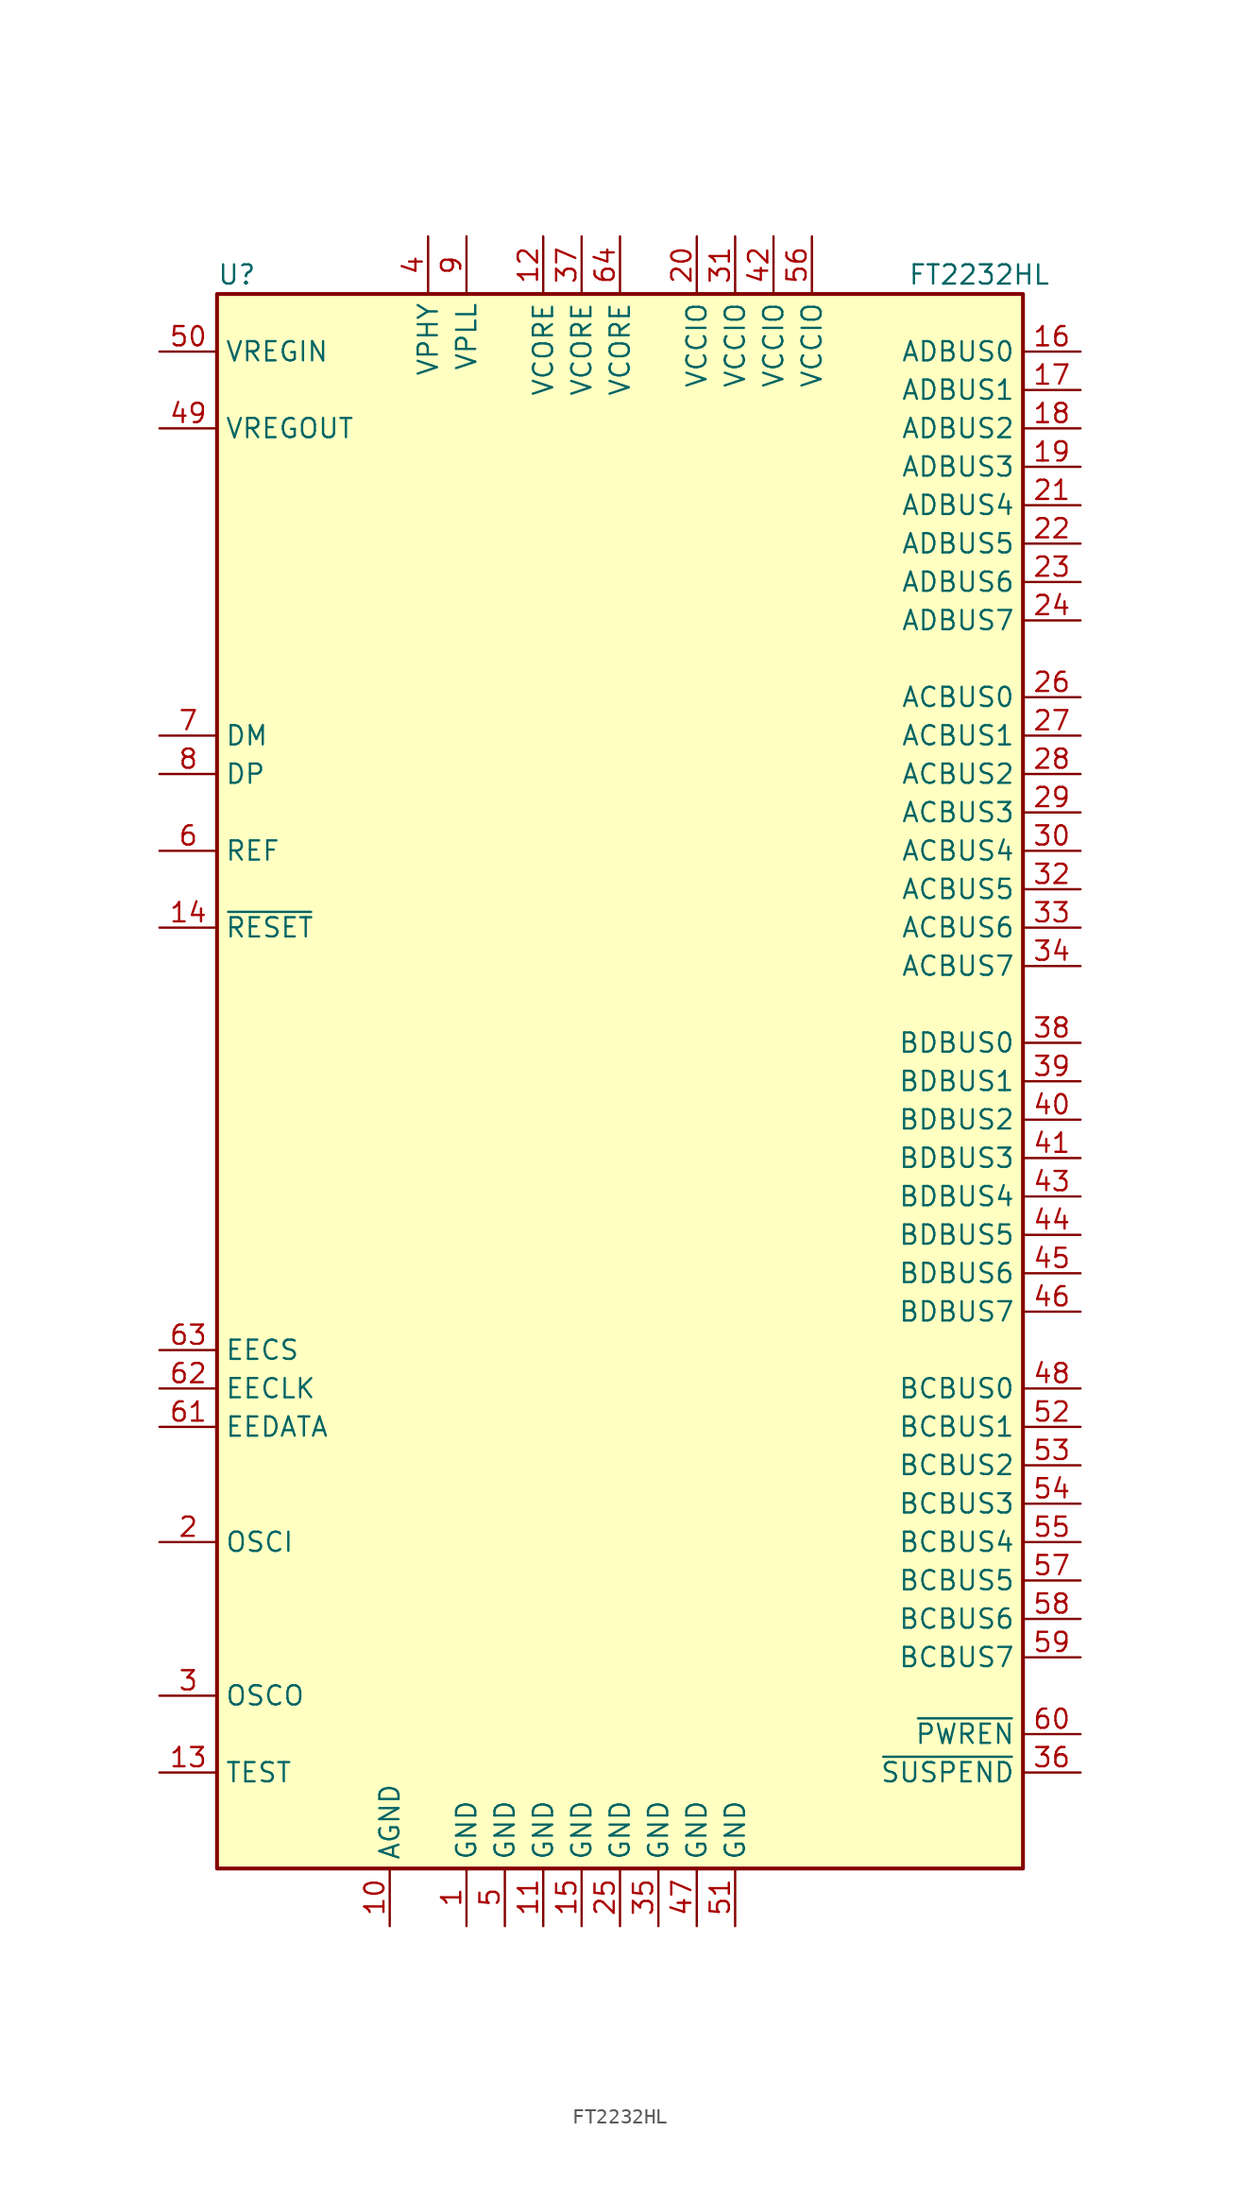
<source format=kicad_sym>
(kicad_symbol_lib
  (version 20241209)
  (generator "kicad_symbol_editor")
  (generator_version "9.0")
  (symbol "FT2232HL"
    (property "Reference" "U"
      (at -26.67 53.34 0)
      (effects (font (size 1.27 1.27)) (justify left)))
    (property "Value" "FT2232HL"
      (at 19.05 53.34 0)
      (effects (font (size 1.27 1.27)) (justify left)))
    (symbol "FT2232HL_0_1"
      (rectangle (start -26.67 -52.07) (end 26.67 52.07) (stroke (width 0.254) (type default)) (fill (type background))))
    (symbol "FT2232HL_1_1"
      (pin power_in line (at -30.48 48.26 0) (length 3.81) (name "VREGIN" (effects (font (size 1.27 1.27)))) (number "50" (effects (font (size 1.27 1.27)))))
      (pin power_out line (at -30.48 43.18 0) (length 3.81) (name "VREGOUT" (effects (font (size 1.27 1.27)))) (number "49" (effects (font (size 1.27 1.27)))))
      (pin bidirectional line (at -30.48 22.86 0) (length 3.81) (name "DM" (effects (font (size 1.27 1.27)))) (number "7" (effects (font (size 1.27 1.27)))))
      (pin bidirectional line (at -30.48 20.32 0) (length 3.81) (name "DP" (effects (font (size 1.27 1.27)))) (number "8" (effects (font (size 1.27 1.27)))))
      (pin output line (at -30.48 15.24 0) (length 3.81) (name "REF" (effects (font (size 1.27 1.27)))) (number "6" (effects (font (size 1.27 1.27)))))
      (pin input line (at -30.48 10.16 0) (length 3.81) (name "~{RESET}" (effects (font (size 1.27 1.27)))) (number "14" (effects (font (size 1.27 1.27)))))
      (pin output line (at -30.48 -17.78 0) (length 3.81) (name "EECS" (effects (font (size 1.27 1.27)))) (number "63" (effects (font (size 1.27 1.27)))))
      (pin output line (at -30.48 -20.32 0) (length 3.81) (name "EECLK" (effects (font (size 1.27 1.27)))) (number "62" (effects (font (size 1.27 1.27)))))
      (pin bidirectional line (at -30.48 -22.86 0) (length 3.81) (name "EEDATA" (effects (font (size 1.27 1.27)))) (number "61" (effects (font (size 1.27 1.27)))))
      (pin input line (at -30.48 -30.48 0) (length 3.81) (name "OSCI" (effects (font (size 1.27 1.27)))) (number "2" (effects (font (size 1.27 1.27)))))
      (pin output line (at -30.48 -40.64 0) (length 3.81) (name "OSCO" (effects (font (size 1.27 1.27)))) (number "3" (effects (font (size 1.27 1.27)))))
      (pin input line (at -30.48 -45.72 0) (length 3.81) (name "TEST" (effects (font (size 1.27 1.27)))) (number "13" (effects (font (size 1.27 1.27)))))
      (pin power_in line (at -15.24 -55.88 90) (length 3.81) (name "AGND" (effects (font (size 1.27 1.27)))) (number "10" (effects (font (size 1.27 1.27)))))
      (pin power_in line (at -12.7 55.88 270) (length 3.81) (name "VPHY" (effects (font (size 1.27 1.27)))) (number "4" (effects (font (size 1.27 1.27)))))
      (pin input line (at -10.16 55.88 270) (length 3.81) (name "VPLL" (effects (font (size 1.27 1.27)))) (number "9" (effects (font (size 1.27 1.27)))))
      (pin power_in line (at -10.16 -55.88 90) (length 3.81) (name "GND" (effects (font (size 1.27 1.27)))) (number "1" (effects (font (size 1.27 1.27)))))
      (pin power_in line (at -7.62 -55.88 90) (length 3.81) (name "GND" (effects (font (size 1.27 1.27)))) (number "5" (effects (font (size 1.27 1.27)))))
      (pin power_in line (at -5.08 55.88 270) (length 3.81) (name "VCORE" (effects (font (size 1.27 1.27)))) (number "12" (effects (font (size 1.27 1.27)))))
      (pin power_in line (at -5.08 -55.88 90) (length 3.81) (name "GND" (effects (font (size 1.27 1.27)))) (number "11" (effects (font (size 1.27 1.27)))))
      (pin power_in line (at -2.54 55.88 270) (length 3.81) (name "VCORE" (effects (font (size 1.27 1.27)))) (number "37" (effects (font (size 1.27 1.27)))))
      (pin power_in line (at -2.54 -55.88 90) (length 3.81) (name "GND" (effects (font (size 1.27 1.27)))) (number "15" (effects (font (size 1.27 1.27)))))
      (pin power_in line (at 0 55.88 270) (length 3.81) (name "VCORE" (effects (font (size 1.27 1.27)))) (number "64" (effects (font (size 1.27 1.27)))))
      (pin power_in line (at 0 -55.88 90) (length 3.81) (name "GND" (effects (font (size 1.27 1.27)))) (number "25" (effects (font (size 1.27 1.27)))))
      (pin power_in line (at 2.54 -55.88 90) (length 3.81) (name "GND" (effects (font (size 1.27 1.27)))) (number "35" (effects (font (size 1.27 1.27)))))
      (pin power_in line (at 5.08 55.88 270) (length 3.81) (name "VCCIO" (effects (font (size 1.27 1.27)))) (number "20" (effects (font (size 1.27 1.27)))))
      (pin power_in line (at 5.08 -55.88 90) (length 3.81) (name "GND" (effects (font (size 1.27 1.27)))) (number "47" (effects (font (size 1.27 1.27)))))
      (pin power_in line (at 7.62 55.88 270) (length 3.81) (name "VCCIO" (effects (font (size 1.27 1.27)))) (number "31" (effects (font (size 1.27 1.27)))))
      (pin power_in line (at 7.62 -55.88 90) (length 3.81) (name "GND" (effects (font (size 1.27 1.27)))) (number "51" (effects (font (size 1.27 1.27)))))
      (pin power_in line (at 10.16 55.88 270) (length 3.81) (name "VCCIO" (effects (font (size 1.27 1.27)))) (number "42" (effects (font (size 1.27 1.27)))))
      (pin power_in line (at 12.7 55.88 270) (length 3.81) (name "VCCIO" (effects (font (size 1.27 1.27)))) (number "56" (effects (font (size 1.27 1.27)))))
      (pin bidirectional line (at 30.48 48.26 180) (length 3.81) (name "ADBUS0" (effects (font (size 1.27 1.27)))) (number "16" (effects (font (size 1.27 1.27)))))
      (pin bidirectional line (at 30.48 45.72 180) (length 3.81) (name "ADBUS1" (effects (font (size 1.27 1.27)))) (number "17" (effects (font (size 1.27 1.27)))))
      (pin bidirectional line (at 30.48 43.18 180) (length 3.81) (name "ADBUS2" (effects (font (size 1.27 1.27)))) (number "18" (effects (font (size 1.27 1.27)))))
      (pin bidirectional line (at 30.48 40.64 180) (length 3.81) (name "ADBUS3" (effects (font (size 1.27 1.27)))) (number "19" (effects (font (size 1.27 1.27)))))
      (pin bidirectional line (at 30.48 38.1 180) (length 3.81) (name "ADBUS4" (effects (font (size 1.27 1.27)))) (number "21" (effects (font (size 1.27 1.27)))))
      (pin bidirectional line (at 30.48 35.56 180) (length 3.81) (name "ADBUS5" (effects (font (size 1.27 1.27)))) (number "22" (effects (font (size 1.27 1.27)))))
      (pin bidirectional line (at 30.48 33.02 180) (length 3.81) (name "ADBUS6" (effects (font (size 1.27 1.27)))) (number "23" (effects (font (size 1.27 1.27)))))
      (pin bidirectional line (at 30.48 30.48 180) (length 3.81) (name "ADBUS7" (effects (font (size 1.27 1.27)))) (number "24" (effects (font (size 1.27 1.27)))))
      (pin bidirectional line (at 30.48 25.4 180) (length 3.81) (name "ACBUS0" (effects (font (size 1.27 1.27)))) (number "26" (effects (font (size 1.27 1.27)))))
      (pin bidirectional line (at 30.48 22.86 180) (length 3.81) (name "ACBUS1" (effects (font (size 1.27 1.27)))) (number "27" (effects (font (size 1.27 1.27)))))
      (pin bidirectional line (at 30.48 20.32 180) (length 3.81) (name "ACBUS2" (effects (font (size 1.27 1.27)))) (number "28" (effects (font (size 1.27 1.27)))))
      (pin bidirectional line (at 30.48 17.78 180) (length 3.81) (name "ACBUS3" (effects (font (size 1.27 1.27)))) (number "29" (effects (font (size 1.27 1.27)))))
      (pin bidirectional line (at 30.48 15.24 180) (length 3.81) (name "ACBUS4" (effects (font (size 1.27 1.27)))) (number "30" (effects (font (size 1.27 1.27)))))
      (pin bidirectional line (at 30.48 12.7 180) (length 3.81) (name "ACBUS5" (effects (font (size 1.27 1.27)))) (number "32" (effects (font (size 1.27 1.27)))))
      (pin bidirectional line (at 30.48 10.16 180) (length 3.81) (name "ACBUS6" (effects (font (size 1.27 1.27)))) (number "33" (effects (font (size 1.27 1.27)))))
      (pin bidirectional line (at 30.48 7.62 180) (length 3.81) (name "ACBUS7" (effects (font (size 1.27 1.27)))) (number "34" (effects (font (size 1.27 1.27)))))
      (pin bidirectional line (at 30.48 2.54 180) (length 3.81) (name "BDBUS0" (effects (font (size 1.27 1.27)))) (number "38" (effects (font (size 1.27 1.27)))))
      (pin bidirectional line (at 30.48 0 180) (length 3.81) (name "BDBUS1" (effects (font (size 1.27 1.27)))) (number "39" (effects (font (size 1.27 1.27)))))
      (pin bidirectional line (at 30.48 -2.54 180) (length 3.81) (name "BDBUS2" (effects (font (size 1.27 1.27)))) (number "40" (effects (font (size 1.27 1.27)))))
      (pin bidirectional line (at 30.48 -5.08 180) (length 3.81) (name "BDBUS3" (effects (font (size 1.27 1.27)))) (number "41" (effects (font (size 1.27 1.27)))))
      (pin bidirectional line (at 30.48 -7.62 180) (length 3.81) (name "BDBUS4" (effects (font (size 1.27 1.27)))) (number "43" (effects (font (size 1.27 1.27)))))
      (pin bidirectional line (at 30.48 -10.16 180) (length 3.81) (name "BDBUS5" (effects (font (size 1.27 1.27)))) (number "44" (effects (font (size 1.27 1.27)))))
      (pin bidirectional line (at 30.48 -12.7 180) (length 3.81) (name "BDBUS6" (effects (font (size 1.27 1.27)))) (number "45" (effects (font (size 1.27 1.27)))))
      (pin bidirectional line (at 30.48 -15.24 180) (length 3.81) (name "BDBUS7" (effects (font (size 1.27 1.27)))) (number "46" (effects (font (size 1.27 1.27)))))
      (pin bidirectional line (at 30.48 -20.32 180) (length 3.81) (name "BCBUS0" (effects (font (size 1.27 1.27)))) (number "48" (effects (font (size 1.27 1.27)))))
      (pin bidirectional line (at 30.48 -22.86 180) (length 3.81) (name "BCBUS1" (effects (font (size 1.27 1.27)))) (number "52" (effects (font (size 1.27 1.27)))))
      (pin bidirectional line (at 30.48 -25.4 180) (length 3.81) (name "BCBUS2" (effects (font (size 1.27 1.27)))) (number "53" (effects (font (size 1.27 1.27)))))
      (pin bidirectional line (at 30.48 -27.94 180) (length 3.81) (name "BCBUS3" (effects (font (size 1.27 1.27)))) (number "54" (effects (font (size 1.27 1.27)))))
      (pin bidirectional line (at 30.48 -30.48 180) (length 3.81) (name "BCBUS4" (effects (font (size 1.27 1.27)))) (number "55" (effects (font (size 1.27 1.27)))))
      (pin bidirectional line (at 30.48 -33.02 180) (length 3.81) (name "BCBUS5" (effects (font (size 1.27 1.27)))) (number "57" (effects (font (size 1.27 1.27)))))
      (pin bidirectional line (at 30.48 -35.56 180) (length 3.81) (name "BCBUS6" (effects (font (size 1.27 1.27)))) (number "58" (effects (font (size 1.27 1.27)))))
      (pin bidirectional line (at 30.48 -38.1 180) (length 3.81) (name "BCBUS7" (effects (font (size 1.27 1.27)))) (number "59" (effects (font (size 1.27 1.27)))))
      (pin output line (at 30.48 -43.18 180) (length 3.81) (name "~{PWREN}" (effects (font (size 1.27 1.27)))) (number "60" (effects (font (size 1.27 1.27)))))
      (pin output line (at 30.48 -45.72 180) (length 3.81) (name "~{SUSPEND}" (effects (font (size 1.27 1.27)))) (number "36" (effects (font (size 1.27 1.27))))))))
</source>
